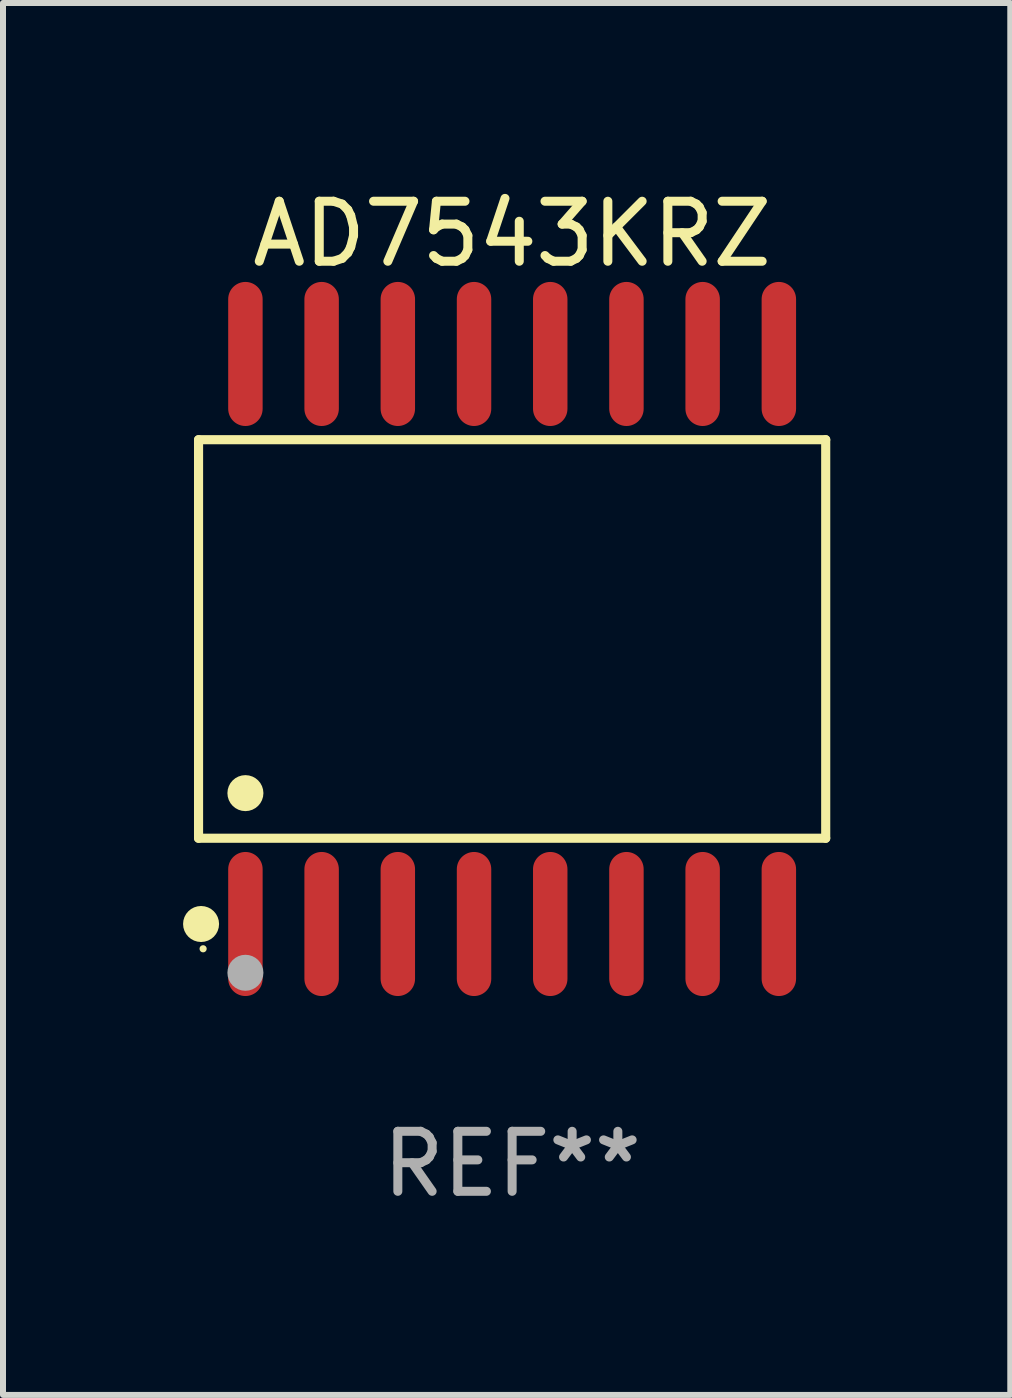
<source format=kicad_pcb>
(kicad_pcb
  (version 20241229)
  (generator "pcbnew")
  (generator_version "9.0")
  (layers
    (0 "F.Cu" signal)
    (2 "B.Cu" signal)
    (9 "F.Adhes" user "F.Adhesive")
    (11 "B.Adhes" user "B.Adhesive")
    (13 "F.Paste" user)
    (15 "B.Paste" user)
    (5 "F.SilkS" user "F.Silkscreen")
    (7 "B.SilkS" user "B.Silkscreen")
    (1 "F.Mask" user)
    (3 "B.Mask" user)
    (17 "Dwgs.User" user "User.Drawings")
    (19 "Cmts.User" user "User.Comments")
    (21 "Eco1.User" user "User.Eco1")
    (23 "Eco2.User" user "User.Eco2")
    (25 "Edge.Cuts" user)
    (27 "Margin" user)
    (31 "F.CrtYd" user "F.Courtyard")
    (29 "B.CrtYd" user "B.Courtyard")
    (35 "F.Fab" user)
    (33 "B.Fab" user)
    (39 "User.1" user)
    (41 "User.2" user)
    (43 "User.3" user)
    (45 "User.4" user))
  (footprint "AD7543KRZ"
    (layer "F.Cu")
    (at 5.485 7.599)
    (property "Reference" "AD7543KRZ" (at 0 -6.75 0) (layer "F.SilkS") (effects (font (size 1 1) (thickness 0.15))))
    (attr through_hole)
    (fp_line (start -5.226 -3.321) (end 5.226 -3.321) (stroke (width 0.152) (type solid)) (layer "F.SilkS"))
    (fp_line (start -5.226 3.321) (end -5.226 -3.321) (stroke (width 0.152) (type solid)) (layer "F.SilkS"))
    (fp_line (start 5.226 -3.321) (end 5.226 3.321) (stroke (width 0.152) (type solid)) (layer "F.SilkS"))
    (fp_line (start 5.226 3.321) (end -5.226 3.321) (stroke (width 0.152) (type solid)) (layer "F.SilkS"))
    (fp_circle (center -5.184 4.75) (end -5.034 4.75) (stroke (width 0.3) (type solid)) (fill no) (layer "F.SilkS"))
    (fp_circle (center -5.15 5.163) (end -5.12 5.163) (stroke (width 0.06) (type solid)) (fill no) (layer "F.SilkS"))
    (fp_circle (center -4.445 2.569) (end -4.295 2.569) (stroke (width 0.3) (type solid)) (fill no) (layer "F.SilkS"))
    (fp_circle (center -4.445 5.563) (end -4.295 5.563) (stroke (width 0.3) (type solid)) (fill no) (layer "F.Fab"))
    (fp_text user "REF**" (at 0 8.75 0) (layer "F.Fab") (effects (font (size 1 1) (thickness 0.15))))
    (pad "1" smd oval (at -4.445 4.75) (size 0.574 2.401) (layers "F.Cu" "F.Mask" "F.Paste"))
    (pad "2" smd oval (at -3.175 4.75) (size 0.574 2.401) (layers "F.Cu" "F.Mask" "F.Paste"))
    (pad "3" smd oval (at -1.905 4.75) (size 0.574 2.401) (layers "F.Cu" "F.Mask" "F.Paste"))
    (pad "4" smd oval (at -0.635 4.75) (size 0.574 2.401) (layers "F.Cu" "F.Mask" "F.Paste"))
    (pad "5" smd oval (at 0.635 4.75) (size 0.574 2.401) (layers "F.Cu" "F.Mask" "F.Paste"))
    (pad "6" smd oval (at 1.905 4.75) (size 0.574 2.401) (layers "F.Cu" "F.Mask" "F.Paste"))
    (pad "7" smd oval (at 3.175 4.75) (size 0.574 2.401) (layers "F.Cu" "F.Mask" "F.Paste"))
    (pad "8" smd oval (at 4.445 4.75) (size 0.574 2.401) (layers "F.Cu" "F.Mask" "F.Paste"))
    (pad "9" smd oval (at 4.445 -4.75) (size 0.574 2.401) (layers "F.Cu" "F.Mask" "F.Paste"))
    (pad "10" smd oval (at 3.175 -4.75) (size 0.574 2.401) (layers "F.Cu" "F.Mask" "F.Paste"))
    (pad "11" smd oval (at 1.905 -4.75) (size 0.574 2.401) (layers "F.Cu" "F.Mask" "F.Paste"))
    (pad "12" smd oval (at 0.635 -4.75) (size 0.574 2.401) (layers "F.Cu" "F.Mask" "F.Paste"))
    (pad "13" smd oval (at -0.635 -4.75) (size 0.574 2.401) (layers "F.Cu" "F.Mask" "F.Paste"))
    (pad "14" smd oval (at -1.905 -4.75) (size 0.574 2.401) (layers "F.Cu" "F.Mask" "F.Paste"))
    (pad "15" smd oval (at -3.175 -4.75) (size 0.574 2.401) (layers "F.Cu" "F.Mask" "F.Paste"))
    (pad "16" smd oval (at -4.445 -4.75) (size 0.574 2.401) (layers "F.Cu" "F.Mask" "F.Paste")))
  (gr_rect
    (start -3 -3)
    (end 13.787 20.197)
    (stroke (width 0.1) (type default))
    (fill no)
    (layer "Edge.Cuts")))
</source>
